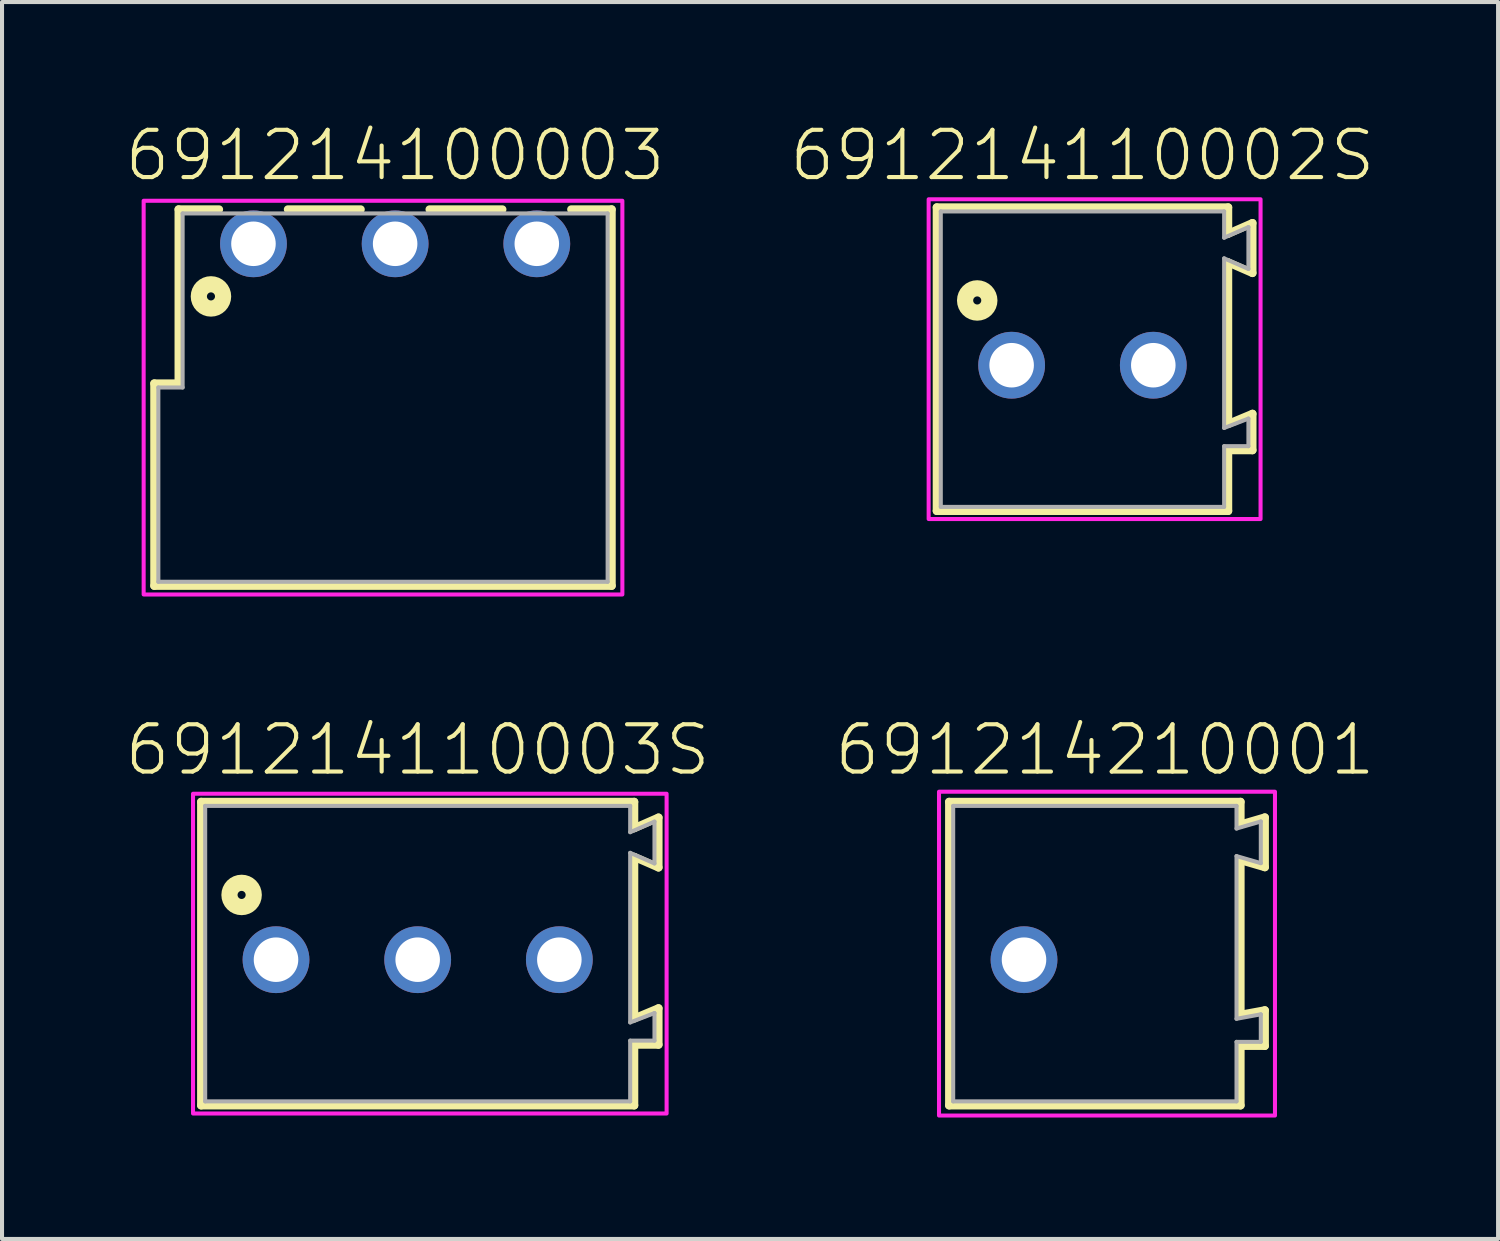
<source format=kicad_pcb>
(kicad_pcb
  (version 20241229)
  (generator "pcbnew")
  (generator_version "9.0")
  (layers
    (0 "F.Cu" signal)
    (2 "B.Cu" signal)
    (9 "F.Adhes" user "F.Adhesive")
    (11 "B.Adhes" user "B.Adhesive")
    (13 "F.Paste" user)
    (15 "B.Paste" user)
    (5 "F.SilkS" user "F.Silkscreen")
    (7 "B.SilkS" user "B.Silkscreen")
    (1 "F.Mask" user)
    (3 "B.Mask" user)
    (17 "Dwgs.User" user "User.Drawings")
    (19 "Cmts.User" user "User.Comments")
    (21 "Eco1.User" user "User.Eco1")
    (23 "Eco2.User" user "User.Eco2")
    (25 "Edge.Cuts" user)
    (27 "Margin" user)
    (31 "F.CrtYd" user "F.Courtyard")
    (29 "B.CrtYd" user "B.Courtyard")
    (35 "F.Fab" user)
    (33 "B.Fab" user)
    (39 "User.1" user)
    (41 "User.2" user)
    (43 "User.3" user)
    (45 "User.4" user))
  (footprint "691214110002S"
    (layer "F.Cu")
    (at 23.693 5.973)
    (property "Reference" "691214110002S" (at 0 -4.5 0) (unlocked yes) (layer "F.SilkS") (effects (font (size 1.168 1.168) (thickness 0.102)) (justify bottom)))
    (fp_line (start -3.6 -3.9) (end 3.6 -3.9) (stroke (width 0.2) (type solid)) (layer "F.SilkS"))
    (fp_line (start -3.6 3.6) (end -3.6 -3.9) (stroke (width 0.2) (type solid)) (layer "F.SilkS"))
    (fp_line (start 3.6 -3.9) (end 3.6 -3.25) (stroke (width 0.2) (type solid)) (layer "F.SilkS"))
    (fp_line (start 3.6 -3.25) (end 4.2 -3.512) (stroke (width 0.2) (type solid)) (layer "F.SilkS"))
    (fp_line (start 3.6 -2.54) (end 3.6 1.45) (stroke (width 0.2) (type solid)) (layer "F.SilkS"))
    (fp_line (start 3.6 1.45) (end 4.2 1.2) (stroke (width 0.2) (type solid)) (layer "F.SilkS"))
    (fp_line (start 3.6 2.1) (end 3.6 3.6) (stroke (width 0.2) (type solid)) (layer "F.SilkS"))
    (fp_line (start 3.6 3.6) (end -3.6 3.6) (stroke (width 0.2) (type solid)) (layer "F.SilkS"))
    (fp_line (start 4.2 -3.512) (end 4.2 -2.278) (stroke (width 0.2) (type solid)) (layer "F.SilkS"))
    (fp_line (start 4.2 -2.278) (end 3.6 -2.54) (stroke (width 0.2) (type solid)) (layer "F.SilkS"))
    (fp_line (start 4.2 1.2) (end 4.2 2.1) (stroke (width 0.2) (type solid)) (layer "F.SilkS"))
    (fp_line (start 4.2 2.1) (end 3.6 2.1) (stroke (width 0.2) (type solid)) (layer "F.SilkS"))
    (fp_circle (center -2.6 -1.6) (end -2.5 -1.6) (stroke (width 0.4) (type solid)) (fill no) (layer "F.SilkS"))
    (fp_poly (pts (xy 4.4 3.8) (xy -3.8 3.8) (xy -3.8 -4.1) (xy 4.4 -4.1)) (stroke (width 0.1) (type default)) (fill no) (layer "F.CrtYd"))
    (fp_line (start -3.5 -3.8) (end 3.5 -3.8) (stroke (width 0.1) (type solid)) (layer "F.Fab"))
    (fp_line (start -3.5 3.5) (end -3.5 -3.8) (stroke (width 0.1) (type solid)) (layer "F.Fab"))
    (fp_line (start -3.5 3.5) (end 3.5 3.5) (stroke (width 0.1) (type solid)) (layer "F.Fab"))
    (fp_line (start 3.5 -3.8) (end 3.5 -3.15) (stroke (width 0.1) (type solid)) (layer "F.Fab"))
    (fp_line (start 3.5 -3.15) (end 4.1 -3.412) (stroke (width 0.1) (type solid)) (layer "F.Fab"))
    (fp_line (start 3.5 -2.64) (end 3.5 1.55) (stroke (width 0.1) (type solid)) (layer "F.Fab"))
    (fp_line (start 3.5 -2.64) (end 4.1 -2.378) (stroke (width 0.1) (type solid)) (layer "F.Fab"))
    (fp_line (start 3.5 1.55) (end 4.1 1.318) (stroke (width 0.1) (type solid)) (layer "F.Fab"))
    (fp_line (start 3.5 2) (end 3.5 3.5) (stroke (width 0.1) (type solid)) (layer "F.Fab"))
    (fp_line (start 3.5 2) (end 4.1 2) (stroke (width 0.1) (type solid)) (layer "F.Fab"))
    (fp_line (start 4.1 -2.378) (end 4.1 -3.412) (stroke (width 0.1) (type solid)) (layer "F.Fab"))
    (fp_line (start 4.1 2) (end 4.1 1.318) (stroke (width 0.1) (type solid)) (layer "F.Fab"))
    (pad "1" thru_hole circle (at -1.75 0) (size 1.65 1.65) (drill 1.1) (layers "*.Cu" "*.Mask"))
    (pad "2" thru_hole circle (at 1.75 0) (size 1.65 1.65) (drill 1.1) (layers "*.Cu" "*.Mask")))
  (footprint "691214110003S"
    (layer "F.Cu")
    (at 7.269 20.66)
    (property "Reference" "691214110003S" (at 0 -4.5 0) (unlocked yes) (layer "F.SilkS") (effects (font (size 1.168 1.168) (thickness 0.102)) (justify bottom)))
    (fp_line (start -5.35 -3.9) (end 5.35 -3.9) (stroke (width 0.2) (type solid)) (layer "F.SilkS"))
    (fp_line (start -5.35 3.6) (end -5.35 -3.9) (stroke (width 0.2) (type solid)) (layer "F.SilkS"))
    (fp_line (start 5.35 -3.9) (end 5.35 -3.25) (stroke (width 0.2) (type solid)) (layer "F.SilkS"))
    (fp_line (start 5.35 -3.25) (end 5.95 -3.512) (stroke (width 0.2) (type solid)) (layer "F.SilkS"))
    (fp_line (start 5.35 -2.54) (end 5.35 1.45) (stroke (width 0.2) (type solid)) (layer "F.SilkS"))
    (fp_line (start 5.35 1.45) (end 5.95 1.2) (stroke (width 0.2) (type solid)) (layer "F.SilkS"))
    (fp_line (start 5.35 2.1) (end 5.35 3.6) (stroke (width 0.2) (type solid)) (layer "F.SilkS"))
    (fp_line (start 5.35 3.6) (end -5.35 3.6) (stroke (width 0.2) (type solid)) (layer "F.SilkS"))
    (fp_line (start 5.95 -3.512) (end 5.95 -2.278) (stroke (width 0.2) (type solid)) (layer "F.SilkS"))
    (fp_line (start 5.95 -2.278) (end 5.35 -2.54) (stroke (width 0.2) (type solid)) (layer "F.SilkS"))
    (fp_line (start 5.95 1.2) (end 5.95 2.1) (stroke (width 0.2) (type solid)) (layer "F.SilkS"))
    (fp_line (start 5.95 2.1) (end 5.35 2.1) (stroke (width 0.2) (type solid)) (layer "F.SilkS"))
    (fp_circle (center -4.35 -1.6) (end -4.25 -1.6) (stroke (width 0.4) (type solid)) (fill no) (layer "F.SilkS"))
    (fp_poly (pts (xy 6.15 3.8) (xy -5.55 3.8) (xy -5.55 -4.1) (xy 6.15 -4.1)) (stroke (width 0.1) (type default)) (fill no) (layer "F.CrtYd"))
    (fp_line (start -5.25 -3.8) (end 5.25 -3.8) (stroke (width 0.1) (type solid)) (layer "F.Fab"))
    (fp_line (start -5.25 3.5) (end -5.25 -3.8) (stroke (width 0.1) (type solid)) (layer "F.Fab"))
    (fp_line (start -5.25 3.5) (end 5.25 3.5) (stroke (width 0.1) (type solid)) (layer "F.Fab"))
    (fp_line (start 5.25 -3.8) (end 5.25 -3.15) (stroke (width 0.1) (type solid)) (layer "F.Fab"))
    (fp_line (start 5.25 -3.15) (end 5.85 -3.412) (stroke (width 0.1) (type solid)) (layer "F.Fab"))
    (fp_line (start 5.25 -2.64) (end 5.25 1.55) (stroke (width 0.1) (type solid)) (layer "F.Fab"))
    (fp_line (start 5.25 -2.64) (end 5.85 -2.378) (stroke (width 0.1) (type solid)) (layer "F.Fab"))
    (fp_line (start 5.25 1.55) (end 5.85 1.318) (stroke (width 0.1) (type solid)) (layer "F.Fab"))
    (fp_line (start 5.25 2) (end 5.25 3.5) (stroke (width 0.1) (type solid)) (layer "F.Fab"))
    (fp_line (start 5.25 2) (end 5.85 2) (stroke (width 0.1) (type solid)) (layer "F.Fab"))
    (fp_line (start 5.85 -2.378) (end 5.85 -3.412) (stroke (width 0.1) (type solid)) (layer "F.Fab"))
    (fp_line (start 5.85 2) (end 5.85 1.318) (stroke (width 0.1) (type solid)) (layer "F.Fab"))
    (pad "1" thru_hole circle (at -3.5 0) (size 1.65 1.65) (drill 1.1) (layers "*.Cu" "*.Mask"))
    (pad "2" thru_hole circle (at 0 0) (size 1.65 1.65) (drill 1.1) (layers "*.Cu" "*.Mask"))
    (pad "3" thru_hole circle (at 3.5 0) (size 1.65 1.65) (drill 1.1) (layers "*.Cu" "*.Mask")))
  (footprint "691214100003"
    (layer "F.Cu")
    (at 6.712 2.973)
    (property "Reference" "691214100003" (at 0 -1.5 0) (unlocked yes) (layer "F.SilkS") (effects (font (size 1.168 1.168) (thickness 0.102)) (justify bottom)))
    (fp_line (start -5.95 3.45) (end -5.95 8.45) (stroke (width 0.2) (type solid)) (layer "F.SilkS"))
    (fp_line (start -5.35 -0.85) (end -4.35 -0.85) (stroke (width 0.2) (type solid)) (layer "F.SilkS"))
    (fp_line (start -5.35 3.45) (end -5.95 3.45) (stroke (width 0.2) (type solid)) (layer "F.SilkS"))
    (fp_line (start -5.35 3.45) (end -5.35 -0.85) (stroke (width 0.2) (type solid)) (layer "F.SilkS"))
    (fp_line (start -2.65 -0.85) (end -0.85 -0.85) (stroke (width 0.2) (type solid)) (layer "F.SilkS"))
    (fp_line (start 0.85 -0.85) (end 2.65 -0.85) (stroke (width 0.2) (type solid)) (layer "F.SilkS"))
    (fp_line (start 4.35 -0.85) (end 5.35 -0.85) (stroke (width 0.2) (type solid)) (layer "F.SilkS"))
    (fp_line (start 5.35 -0.85) (end 5.35 8.45) (stroke (width 0.2) (type solid)) (layer "F.SilkS"))
    (fp_line (start 5.35 8.45) (end -5.95 8.45) (stroke (width 0.2) (type solid)) (layer "F.SilkS"))
    (fp_circle (center -4.55 1.3) (end -4.45 1.3) (stroke (width 0.4) (type solid)) (fill no) (layer "F.SilkS"))
    (fp_poly (pts (xy 5.614 8.664) (xy -6.213 8.664) (xy -6.213 -1.063) (xy 5.614 -1.063)) (stroke (width 0.1) (type default)) (fill no) (layer "F.CrtYd"))
    (fp_line (start -5.85 3.55) (end -5.25 3.55) (stroke (width 0.1) (type solid)) (layer "F.Fab"))
    (fp_line (start -5.85 8.35) (end -5.85 3.55) (stroke (width 0.1) (type solid)) (layer "F.Fab"))
    (fp_line (start -5.85 8.35) (end 5.25 8.35) (stroke (width 0.1) (type solid)) (layer "F.Fab"))
    (fp_line (start -5.25 -0.75) (end -5.25 3.55) (stroke (width 0.1) (type solid)) (layer "F.Fab"))
    (fp_line (start 5.25 -0.75) (end -5.25 -0.75) (stroke (width 0.1) (type solid)) (layer "F.Fab"))
    (fp_line (start 5.25 8.35) (end 5.25 -0.75) (stroke (width 0.1) (type solid)) (layer "F.Fab"))
    (pad "1" thru_hole circle (at -3.5 0 180) (size 1.65 1.65) (drill 1.1) (layers "*.Cu" "*.Mask"))
    (pad "2" thru_hole circle (at 0 0 180) (size 1.65 1.65) (drill 1.1) (layers "*.Cu" "*.Mask"))
    (pad "3" thru_hole circle (at 3.5 0 180) (size 1.65 1.65) (drill 1.1) (layers "*.Cu" "*.Mask")))
  (footprint "691214210001"
    (layer "F.Cu")
    (at 22.249 20.66)
    (property "Reference" "691214210001" (at 2 -4.5 0) (unlocked yes) (layer "F.SilkS") (effects (font (size 1.168 1.168) (thickness 0.102)) (justify bottom)))
    (fp_line (start -1.85 -3.9) (end 5.35 -3.9) (stroke (width 0.2) (type solid)) (layer "F.SilkS"))
    (fp_line (start -1.85 3.6) (end -1.85 -3.9) (stroke (width 0.2) (type solid)) (layer "F.SilkS"))
    (fp_line (start 5.35 -3.9) (end 5.35 -3.34) (stroke (width 0.2) (type solid)) (layer "F.SilkS"))
    (fp_line (start 5.35 -3.34) (end 5.95 -3.515) (stroke (width 0.2) (type solid)) (layer "F.SilkS"))
    (fp_line (start 5.35 -2.46) (end 5.35 1.36) (stroke (width 0.2) (type solid)) (layer "F.SilkS"))
    (fp_line (start 5.35 1.36) (end 5.95 1.25) (stroke (width 0.2) (type solid)) (layer "F.SilkS"))
    (fp_line (start 5.35 2.13) (end 5.35 3.6) (stroke (width 0.2) (type solid)) (layer "F.SilkS"))
    (fp_line (start 5.35 3.6) (end -1.85 3.6) (stroke (width 0.2) (type solid)) (layer "F.SilkS"))
    (fp_line (start 5.95 -3.515) (end 5.95 -2.285) (stroke (width 0.2) (type solid)) (layer "F.SilkS"))
    (fp_line (start 5.95 -2.285) (end 5.35 -2.46) (stroke (width 0.2) (type solid)) (layer "F.SilkS"))
    (fp_line (start 5.95 1.25) (end 5.95 2.13) (stroke (width 0.2) (type solid)) (layer "F.SilkS"))
    (fp_line (start 5.95 2.13) (end 5.35 2.13) (stroke (width 0.2) (type solid)) (layer "F.SilkS"))
    (fp_poly (pts (xy 6.2 3.85) (xy -2.1 3.85) (xy -2.1 -4.15) (xy 6.2 -4.15)) (stroke (width 0.1) (type default)) (fill no) (layer "F.CrtYd"))
    (fp_line (start -1.75 -3.8) (end -1.75 3.5) (stroke (width 0.1) (type solid)) (layer "F.Fab"))
    (fp_line (start -1.75 3.5) (end 5.25 3.5) (stroke (width 0.1) (type solid)) (layer "F.Fab"))
    (fp_line (start 5.25 -3.8) (end -1.75 -3.8) (stroke (width 0.1) (type solid)) (layer "F.Fab"))
    (fp_line (start 5.25 -3.8) (end 5.25 -3.24) (stroke (width 0.1) (type solid)) (layer "F.Fab"))
    (fp_line (start 5.25 -3.24) (end 5.85 -3.415) (stroke (width 0.1) (type solid)) (layer "F.Fab"))
    (fp_line (start 5.25 -2.56) (end 5.25 1.46) (stroke (width 0.1) (type solid)) (layer "F.Fab"))
    (fp_line (start 5.25 -2.56) (end 5.85 -2.385) (stroke (width 0.1) (type solid)) (layer "F.Fab"))
    (fp_line (start 5.25 1.46) (end 5.85 1.35) (stroke (width 0.1) (type solid)) (layer "F.Fab"))
    (fp_line (start 5.25 2.03) (end 5.25 3.5) (stroke (width 0.1) (type solid)) (layer "F.Fab"))
    (fp_line (start 5.25 2.03) (end 5.85 2.03) (stroke (width 0.1) (type solid)) (layer "F.Fab"))
    (fp_line (start 5.85 -2.385) (end 5.85 -3.415) (stroke (width 0.1) (type solid)) (layer "F.Fab"))
    (fp_line (start 5.85 2.03) (end 5.85 1.35) (stroke (width 0.1) (type solid)) (layer "F.Fab"))
    (pad "1" thru_hole circle (at 0 0) (size 1.65 1.65) (drill 1.1) (layers "*.Cu" "*.Mask")))
  (gr_rect
    (start -3 -3)
    (end 33.961 27.56)
    (stroke (width 0.1) (type default))
    (fill no)
    (layer "Edge.Cuts")))
</source>
